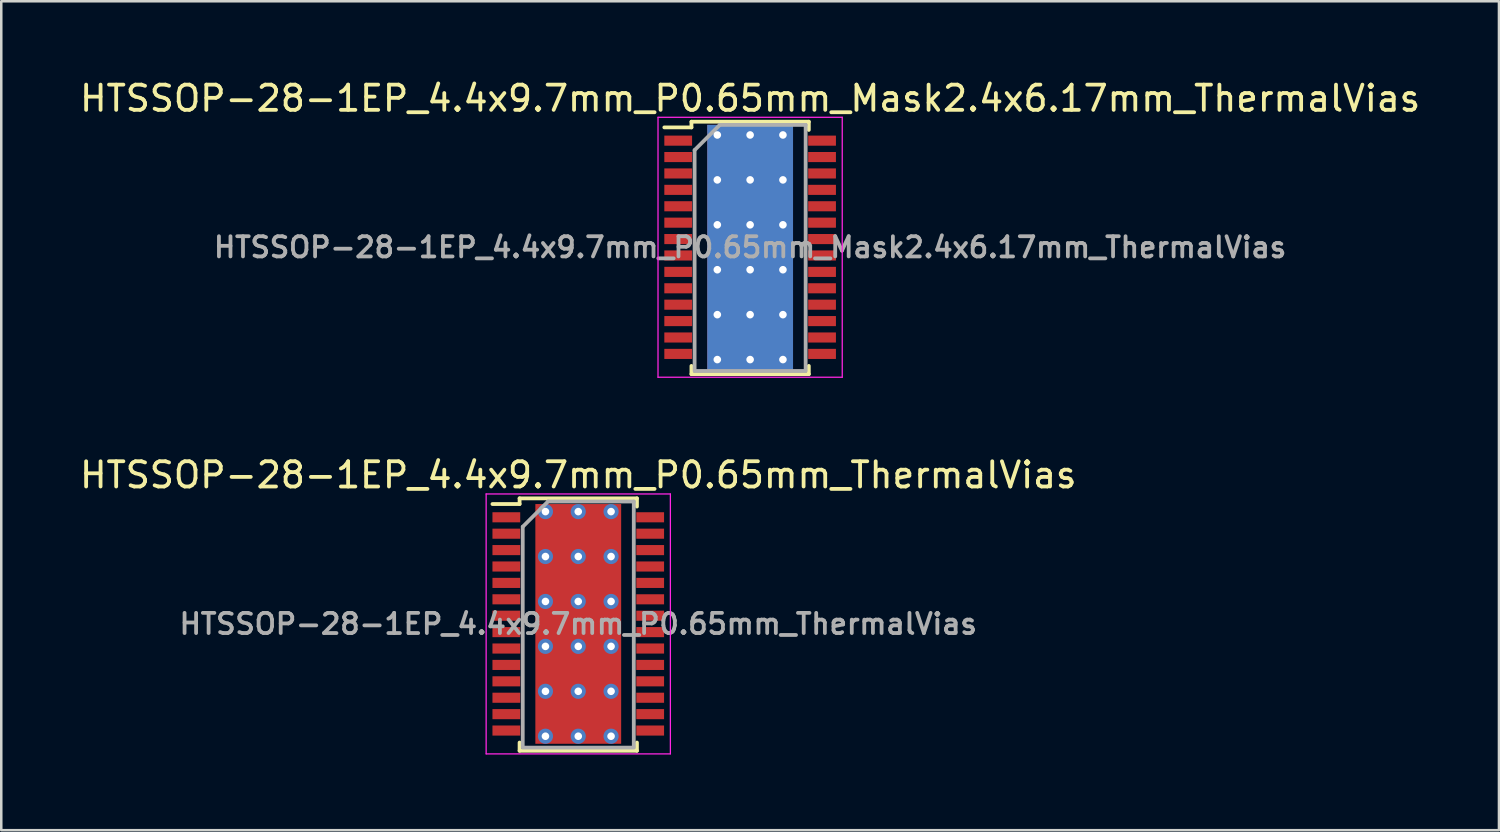
<source format=kicad_pcb>
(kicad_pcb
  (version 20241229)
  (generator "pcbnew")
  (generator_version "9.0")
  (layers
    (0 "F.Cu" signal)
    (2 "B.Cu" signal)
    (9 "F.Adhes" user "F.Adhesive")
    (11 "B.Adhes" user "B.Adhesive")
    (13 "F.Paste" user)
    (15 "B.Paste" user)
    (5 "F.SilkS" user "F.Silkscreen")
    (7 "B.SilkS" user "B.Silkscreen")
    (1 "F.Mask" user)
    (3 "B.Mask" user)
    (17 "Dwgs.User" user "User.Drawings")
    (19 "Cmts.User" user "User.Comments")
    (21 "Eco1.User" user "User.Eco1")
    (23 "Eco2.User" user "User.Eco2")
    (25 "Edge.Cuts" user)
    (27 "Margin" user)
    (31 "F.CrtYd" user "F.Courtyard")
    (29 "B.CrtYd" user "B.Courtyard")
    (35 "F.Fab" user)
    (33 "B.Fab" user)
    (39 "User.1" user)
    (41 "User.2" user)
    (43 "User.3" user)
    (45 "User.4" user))
  (footprint "HTSSOP-28-1EP_4.4x9.7mm_P0.65mm_Mask2.4x6.17mm_ThermalVias"
    (layer "F.Cu")
    (at 26.673 6.748)
    (property "Reference" "HTSSOP-28-1EP_4.4x9.7mm_P0.65mm_Mask2.4x6.17mm_ThermalVias" (at 0 -5.9 0) (layer "F.SilkS") (effects (font (size 1 1) (thickness 0.15))))
    (attr smd)
    (fp_line (start -2.325 -4.975) (end -2.325 -4.75) (stroke (width 0.15) (type solid)) (layer "F.SilkS"))
    (fp_line (start -2.325 -4.975) (end 2.325 -4.975) (stroke (width 0.15) (type solid)) (layer "F.SilkS"))
    (fp_line (start -2.325 -4.75) (end -3.4 -4.75) (stroke (width 0.15) (type solid)) (layer "F.SilkS"))
    (fp_line (start -2.325 5.026) (end -2.325 4.701) (stroke (width 0.15) (type solid)) (layer "F.SilkS"))
    (fp_line (start -2.325 5.026) (end 2.325 5.026) (stroke (width 0.15) (type solid)) (layer "F.SilkS"))
    (fp_line (start 2.325 -4.975) (end 2.325 -4.65) (stroke (width 0.15) (type solid)) (layer "F.SilkS"))
    (fp_line (start 2.325 5.026) (end 2.325 4.701) (stroke (width 0.15) (type solid)) (layer "F.SilkS"))
    (fp_line (start -3.65 -5.15) (end -3.65 5.15) (stroke (width 0.05) (type solid)) (layer "F.CrtYd"))
    (fp_line (start -3.65 -5.15) (end 3.65 -5.15) (stroke (width 0.05) (type solid)) (layer "F.CrtYd"))
    (fp_line (start -3.65 5.15) (end 3.65 5.15) (stroke (width 0.05) (type solid)) (layer "F.CrtYd"))
    (fp_line (start 3.65 -5.15) (end 3.65 5.15) (stroke (width 0.05) (type solid)) (layer "F.CrtYd"))
    (fp_line (start -2.2 -3.85) (end -1.2 -4.85) (stroke (width 0.15) (type solid)) (layer "F.Fab"))
    (fp_line (start -2.2 4.85) (end -2.2 -3.85) (stroke (width 0.15) (type solid)) (layer "F.Fab"))
    (fp_line (start -1.2 -4.85) (end 2.2 -4.85) (stroke (width 0.15) (type solid)) (layer "F.Fab"))
    (fp_line (start 2.2 -4.85) (end 2.2 4.85) (stroke (width 0.15) (type solid)) (layer "F.Fab"))
    (fp_line (start 2.2 4.901) (end -2.2 4.901) (stroke (width 0.15) (type solid)) (layer "F.Fab"))
    (fp_text user "${REFERENCE}" (at 0 0 0) (layer "F.Fab") (effects (font (size 0.8 0.8) (thickness 0.15))))
    (pad "" smd rect (at -0.6 -1.78) (size 0.9 1.4) (layers "F.Paste"))
    (pad "" smd rect (at -0.6 0) (size 0.9 1.4) (layers "F.Paste"))
    (pad "" smd rect (at -0.6 1.78) (size 0.9 1.4) (layers "F.Paste"))
    (pad "" smd rect (at 0 0) (size 2.4 6.17) (layers "F.Mask"))
    (pad "" smd rect (at 0.6 -1.78) (size 0.9 1.4) (layers "F.Paste"))
    (pad "" smd rect (at 0.6 0) (size 0.9 1.4) (layers "F.Paste"))
    (pad "" smd rect (at 0.6 1.78) (size 0.9 1.4) (layers "F.Paste"))
    (pad "1" smd rect (at -2.85 -4.225) (size 1.1 0.4) (layers "F.Cu" "F.Mask" "F.Paste"))
    (pad "2" smd rect (at -2.85 -3.575) (size 1.1 0.4) (layers "F.Cu" "F.Mask" "F.Paste"))
    (pad "3" smd rect (at -2.85 -2.925) (size 1.1 0.4) (layers "F.Cu" "F.Mask" "F.Paste"))
    (pad "4" smd rect (at -2.85 -2.275) (size 1.1 0.4) (layers "F.Cu" "F.Mask" "F.Paste"))
    (pad "5" smd rect (at -2.85 -1.625) (size 1.1 0.4) (layers "F.Cu" "F.Mask" "F.Paste"))
    (pad "6" smd rect (at -2.85 -0.975) (size 1.1 0.4) (layers "F.Cu" "F.Mask" "F.Paste"))
    (pad "7" smd rect (at -2.85 -0.325) (size 1.1 0.4) (layers "F.Cu" "F.Mask" "F.Paste"))
    (pad "8" smd rect (at -2.85 0.325) (size 1.1 0.4) (layers "F.Cu" "F.Mask" "F.Paste"))
    (pad "9" smd rect (at -2.85 0.975) (size 1.1 0.4) (layers "F.Cu" "F.Mask" "F.Paste"))
    (pad "10" smd rect (at -2.85 1.625) (size 1.1 0.4) (layers "F.Cu" "F.Mask" "F.Paste"))
    (pad "11" smd rect (at -2.85 2.275) (size 1.1 0.4) (layers "F.Cu" "F.Mask" "F.Paste"))
    (pad "12" smd rect (at -2.85 2.925) (size 1.1 0.4) (layers "F.Cu" "F.Mask" "F.Paste"))
    (pad "13" smd rect (at -2.85 3.575) (size 1.1 0.4) (layers "F.Cu" "F.Mask" "F.Paste"))
    (pad "14" smd rect (at -2.85 4.225) (size 1.1 0.4) (layers "F.Cu" "F.Mask" "F.Paste"))
    (pad "15" smd rect (at 2.85 4.225) (size 1.1 0.4) (layers "F.Cu" "F.Mask" "F.Paste"))
    (pad "16" smd rect (at 2.85 3.575) (size 1.1 0.4) (layers "F.Cu" "F.Mask" "F.Paste"))
    (pad "17" smd rect (at 2.85 2.925) (size 1.1 0.4) (layers "F.Cu" "F.Mask" "F.Paste"))
    (pad "18" smd rect (at 2.85 2.275) (size 1.1 0.4) (layers "F.Cu" "F.Mask" "F.Paste"))
    (pad "19" smd rect (at 2.85 1.625) (size 1.1 0.4) (layers "F.Cu" "F.Mask" "F.Paste"))
    (pad "20" smd rect (at 2.85 0.975) (size 1.1 0.4) (layers "F.Cu" "F.Mask" "F.Paste"))
    (pad "21" smd rect (at 2.85 0.325) (size 1.1 0.4) (layers "F.Cu" "F.Mask" "F.Paste"))
    (pad "22" smd rect (at 2.85 -0.325) (size 1.1 0.4) (layers "F.Cu" "F.Mask" "F.Paste"))
    (pad "23" smd rect (at 2.85 -0.975) (size 1.1 0.4) (layers "F.Cu" "F.Mask" "F.Paste"))
    (pad "24" smd rect (at 2.85 -1.625) (size 1.1 0.4) (layers "F.Cu" "F.Mask" "F.Paste"))
    (pad "25" smd rect (at 2.85 -2.275) (size 1.1 0.4) (layers "F.Cu" "F.Mask" "F.Paste"))
    (pad "26" smd rect (at 2.85 -2.925) (size 1.1 0.4) (layers "F.Cu" "F.Mask" "F.Paste"))
    (pad "27" smd rect (at 2.85 -3.575) (size 1.1 0.4) (layers "F.Cu" "F.Mask" "F.Paste"))
    (pad "28" smd rect (at 2.85 -4.225) (size 1.1 0.4) (layers "F.Cu" "F.Mask" "F.Paste"))
    (pad "29" thru_hole circle (at -1.3 -4.45) (size 0.6 0.6) (drill 0.3) (layers "*.Cu"))
    (pad "29" thru_hole circle (at -1.3 -2.67) (size 0.6 0.6) (drill 0.3) (layers "*.Cu"))
    (pad "29" thru_hole circle (at -1.3 -0.89) (size 0.6 0.6) (drill 0.3) (layers "*.Cu"))
    (pad "29" thru_hole circle (at -1.3 0.89) (size 0.6 0.6) (drill 0.3) (layers "*.Cu"))
    (pad "29" thru_hole circle (at -1.3 2.67) (size 0.6 0.6) (drill 0.3) (layers "*.Cu"))
    (pad "29" thru_hole circle (at -1.3 4.45) (size 0.6 0.6) (drill 0.3) (layers "*.Cu"))
    (pad "29" thru_hole circle (at 0 -4.45) (size 0.6 0.6) (drill 0.3) (layers "*.Cu"))
    (pad "29" thru_hole circle (at 0 -2.67) (size 0.6 0.6) (drill 0.3) (layers "*.Cu"))
    (pad "29" thru_hole circle (at 0 -0.89) (size 0.6 0.6) (drill 0.3) (layers "*.Cu"))
    (pad "29" smd rect (at 0 0) (size 3.4 9.7) (layers "F.Cu"))
    (pad "29" smd rect (at 0 0) (size 3.4 9.7) (layers "B.Cu"))
    (pad "29" thru_hole circle (at 0 0.89) (size 0.6 0.6) (drill 0.3) (layers "*.Cu"))
    (pad "29" thru_hole circle (at 0 2.67) (size 0.6 0.6) (drill 0.3) (layers "*.Cu"))
    (pad "29" thru_hole circle (at 0 4.45) (size 0.6 0.6) (drill 0.3) (layers "*.Cu"))
    (pad "29" thru_hole circle (at 1.3 -4.45) (size 0.6 0.6) (drill 0.3) (layers "*.Cu"))
    (pad "29" thru_hole circle (at 1.3 -2.67) (size 0.6 0.6) (drill 0.3) (layers "*.Cu"))
    (pad "29" thru_hole circle (at 1.3 -0.89) (size 0.6 0.6) (drill 0.3) (layers "*.Cu"))
    (pad "29" thru_hole circle (at 1.3 0.89) (size 0.6 0.6) (drill 0.3) (layers "*.Cu"))
    (pad "29" thru_hole circle (at 1.3 2.67) (size 0.6 0.6) (drill 0.3) (layers "*.Cu"))
    (pad "29" thru_hole circle (at 1.3 4.45) (size 0.6 0.6) (drill 0.3) (layers "*.Cu")))
  (footprint "HTSSOP-28-1EP_4.4x9.7mm_P0.65mm_ThermalVias"
    (layer "F.Cu")
    (at 19.863 21.672)
    (property "Reference" "HTSSOP-28-1EP_4.4x9.7mm_P0.65mm_ThermalVias" (at 0 -5.9 0) (layer "F.SilkS") (effects (font (size 1 1) (thickness 0.15))))
    (attr smd)
    (fp_line (start -2.325 -4.975) (end -2.325 -4.75) (stroke (width 0.15) (type solid)) (layer "F.SilkS"))
    (fp_line (start -2.325 -4.975) (end 2.325 -4.975) (stroke (width 0.15) (type solid)) (layer "F.SilkS"))
    (fp_line (start -2.325 -4.75) (end -3.4 -4.75) (stroke (width 0.15) (type solid)) (layer "F.SilkS"))
    (fp_line (start -2.325 5.026) (end -2.325 4.701) (stroke (width 0.15) (type solid)) (layer "F.SilkS"))
    (fp_line (start -2.325 5.026) (end 2.325 5.026) (stroke (width 0.15) (type solid)) (layer "F.SilkS"))
    (fp_line (start 2.325 -4.975) (end 2.325 -4.65) (stroke (width 0.15) (type solid)) (layer "F.SilkS"))
    (fp_line (start 2.325 5.026) (end 2.325 4.701) (stroke (width 0.15) (type solid)) (layer "F.SilkS"))
    (fp_line (start -3.65 -5.15) (end -3.65 5.15) (stroke (width 0.05) (type solid)) (layer "F.CrtYd"))
    (fp_line (start -3.65 -5.15) (end 3.65 -5.15) (stroke (width 0.05) (type solid)) (layer "F.CrtYd"))
    (fp_line (start -3.65 5.15) (end 3.65 5.15) (stroke (width 0.05) (type solid)) (layer "F.CrtYd"))
    (fp_line (start 3.65 -5.15) (end 3.65 5.15) (stroke (width 0.05) (type solid)) (layer "F.CrtYd"))
    (fp_line (start -2.2 -3.85) (end -1.2 -4.85) (stroke (width 0.15) (type solid)) (layer "F.Fab"))
    (fp_line (start -2.2 4.85) (end -2.2 -3.85) (stroke (width 0.15) (type solid)) (layer "F.Fab"))
    (fp_line (start -1.2 -4.85) (end 2.2 -4.85) (stroke (width 0.15) (type solid)) (layer "F.Fab"))
    (fp_line (start 2.2 -4.85) (end 2.2 4.85) (stroke (width 0.15) (type solid)) (layer "F.Fab"))
    (fp_line (start 2.2 4.901) (end -2.2 4.901) (stroke (width 0.15) (type solid)) (layer "F.Fab"))
    (fp_text user "${REFERENCE}" (at 0 0 0) (layer "F.Fab") (effects (font (size 0.8 0.8) (thickness 0.15))))
    (pad "" smd rect (at -0.85 -3.56) (size 1.4 1.4) (layers "F.Paste"))
    (pad "" smd rect (at -0.85 -1.78) (size 1.4 1.4) (layers "F.Paste"))
    (pad "" smd rect (at -0.85 0) (size 1.4 1.4) (layers "F.Paste"))
    (pad "" smd rect (at -0.85 1.78) (size 1.4 1.4) (layers "F.Paste"))
    (pad "" smd rect (at -0.85 3.56) (size 1.4 1.4) (layers "F.Paste"))
    (pad "" smd rect (at 0.85 -3.56) (size 1.4 1.4) (layers "F.Paste"))
    (pad "" smd rect (at 0.85 -1.78) (size 1.4 1.4) (layers "F.Paste"))
    (pad "" smd rect (at 0.85 0) (size 1.4 1.4) (layers "F.Paste"))
    (pad "" smd rect (at 0.85 1.78) (size 1.4 1.4) (layers "F.Paste"))
    (pad "" smd rect (at 0.85 3.56) (size 1.4 1.4) (layers "F.Paste"))
    (pad "1" smd rect (at -2.85 -4.225) (size 1.1 0.4) (layers "F.Cu" "F.Mask" "F.Paste"))
    (pad "2" smd rect (at -2.85 -3.575) (size 1.1 0.4) (layers "F.Cu" "F.Mask" "F.Paste"))
    (pad "3" smd rect (at -2.85 -2.925) (size 1.1 0.4) (layers "F.Cu" "F.Mask" "F.Paste"))
    (pad "4" smd rect (at -2.85 -2.275) (size 1.1 0.4) (layers "F.Cu" "F.Mask" "F.Paste"))
    (pad "5" smd rect (at -2.85 -1.625) (size 1.1 0.4) (layers "F.Cu" "F.Mask" "F.Paste"))
    (pad "6" smd rect (at -2.85 -0.975) (size 1.1 0.4) (layers "F.Cu" "F.Mask" "F.Paste"))
    (pad "7" smd rect (at -2.85 -0.325) (size 1.1 0.4) (layers "F.Cu" "F.Mask" "F.Paste"))
    (pad "8" smd rect (at -2.85 0.325) (size 1.1 0.4) (layers "F.Cu" "F.Mask" "F.Paste"))
    (pad "9" smd rect (at -2.85 0.975) (size 1.1 0.4) (layers "F.Cu" "F.Mask" "F.Paste"))
    (pad "10" smd rect (at -2.85 1.625) (size 1.1 0.4) (layers "F.Cu" "F.Mask" "F.Paste"))
    (pad "11" smd rect (at -2.85 2.275) (size 1.1 0.4) (layers "F.Cu" "F.Mask" "F.Paste"))
    (pad "12" smd rect (at -2.85 2.925) (size 1.1 0.4) (layers "F.Cu" "F.Mask" "F.Paste"))
    (pad "13" smd rect (at -2.85 3.575) (size 1.1 0.4) (layers "F.Cu" "F.Mask" "F.Paste"))
    (pad "14" smd rect (at -2.85 4.225) (size 1.1 0.4) (layers "F.Cu" "F.Mask" "F.Paste"))
    (pad "15" smd rect (at 2.85 4.225) (size 1.1 0.4) (layers "F.Cu" "F.Mask" "F.Paste"))
    (pad "16" smd rect (at 2.85 3.575) (size 1.1 0.4) (layers "F.Cu" "F.Mask" "F.Paste"))
    (pad "17" smd rect (at 2.85 2.925) (size 1.1 0.4) (layers "F.Cu" "F.Mask" "F.Paste"))
    (pad "18" smd rect (at 2.85 2.275) (size 1.1 0.4) (layers "F.Cu" "F.Mask" "F.Paste"))
    (pad "19" smd rect (at 2.85 1.625) (size 1.1 0.4) (layers "F.Cu" "F.Mask" "F.Paste"))
    (pad "20" smd rect (at 2.85 0.975) (size 1.1 0.4) (layers "F.Cu" "F.Mask" "F.Paste"))
    (pad "21" smd rect (at 2.85 0.325) (size 1.1 0.4) (layers "F.Cu" "F.Mask" "F.Paste"))
    (pad "22" smd rect (at 2.85 -0.325) (size 1.1 0.4) (layers "F.Cu" "F.Mask" "F.Paste"))
    (pad "23" smd rect (at 2.85 -0.975) (size 1.1 0.4) (layers "F.Cu" "F.Mask" "F.Paste"))
    (pad "24" smd rect (at 2.85 -1.625) (size 1.1 0.4) (layers "F.Cu" "F.Mask" "F.Paste"))
    (pad "25" smd rect (at 2.85 -2.275) (size 1.1 0.4) (layers "F.Cu" "F.Mask" "F.Paste"))
    (pad "26" smd rect (at 2.85 -2.925) (size 1.1 0.4) (layers "F.Cu" "F.Mask" "F.Paste"))
    (pad "27" smd rect (at 2.85 -3.575) (size 1.1 0.4) (layers "F.Cu" "F.Mask" "F.Paste"))
    (pad "28" smd rect (at 2.85 -4.225) (size 1.1 0.4) (layers "F.Cu" "F.Mask" "F.Paste"))
    (pad "29" thru_hole circle (at -1.3 -4.45) (size 0.6 0.6) (drill 0.3) (layers "*.Cu"))
    (pad "29" thru_hole circle (at -1.3 -2.67) (size 0.6 0.6) (drill 0.3) (layers "*.Cu"))
    (pad "29" thru_hole circle (at -1.3 -0.89) (size 0.6 0.6) (drill 0.3) (layers "*.Cu"))
    (pad "29" thru_hole circle (at -1.3 0.89) (size 0.6 0.6) (drill 0.3) (layers "*.Cu"))
    (pad "29" thru_hole circle (at -1.3 2.67) (size 0.6 0.6) (drill 0.3) (layers "*.Cu"))
    (pad "29" thru_hole circle (at -1.3 4.45) (size 0.6 0.6) (drill 0.3) (layers "*.Cu"))
    (pad "29" thru_hole circle (at 0 -4.45) (size 0.6 0.6) (drill 0.3) (layers "*.Cu"))
    (pad "29" thru_hole circle (at 0 -2.67) (size 0.6 0.6) (drill 0.3) (layers "*.Cu"))
    (pad "29" thru_hole circle (at 0 -0.89) (size 0.6 0.6) (drill 0.3) (layers "*.Cu"))
    (pad "29" smd rect (at 0 0) (size 3.4 9.5) (layers "F.Cu" "F.Mask"))
    (pad "29" thru_hole circle (at 0 0.89) (size 0.6 0.6) (drill 0.3) (layers "*.Cu"))
    (pad "29" thru_hole circle (at 0 2.67) (size 0.6 0.6) (drill 0.3) (layers "*.Cu"))
    (pad "29" thru_hole circle (at 0 4.45) (size 0.6 0.6) (drill 0.3) (layers "*.Cu"))
    (pad "29" thru_hole circle (at 1.3 -4.45) (size 0.6 0.6) (drill 0.3) (layers "*.Cu"))
    (pad "29" thru_hole circle (at 1.3 -2.67) (size 0.6 0.6) (drill 0.3) (layers "*.Cu"))
    (pad "29" thru_hole circle (at 1.3 -0.89) (size 0.6 0.6) (drill 0.3) (layers "*.Cu"))
    (pad "29" thru_hole circle (at 1.3 0.89) (size 0.6 0.6) (drill 0.3) (layers "*.Cu"))
    (pad "29" thru_hole circle (at 1.3 2.67) (size 0.6 0.6) (drill 0.3) (layers "*.Cu"))
    (pad "29" thru_hole circle (at 1.3 4.45) (size 0.6 0.6) (drill 0.3) (layers "*.Cu")))
  (gr_rect
    (start -3 -3)
    (end 56.345 29.846)
    (stroke (width 0.1) (type default))
    (fill no)
    (layer "Edge.Cuts")))
</source>
